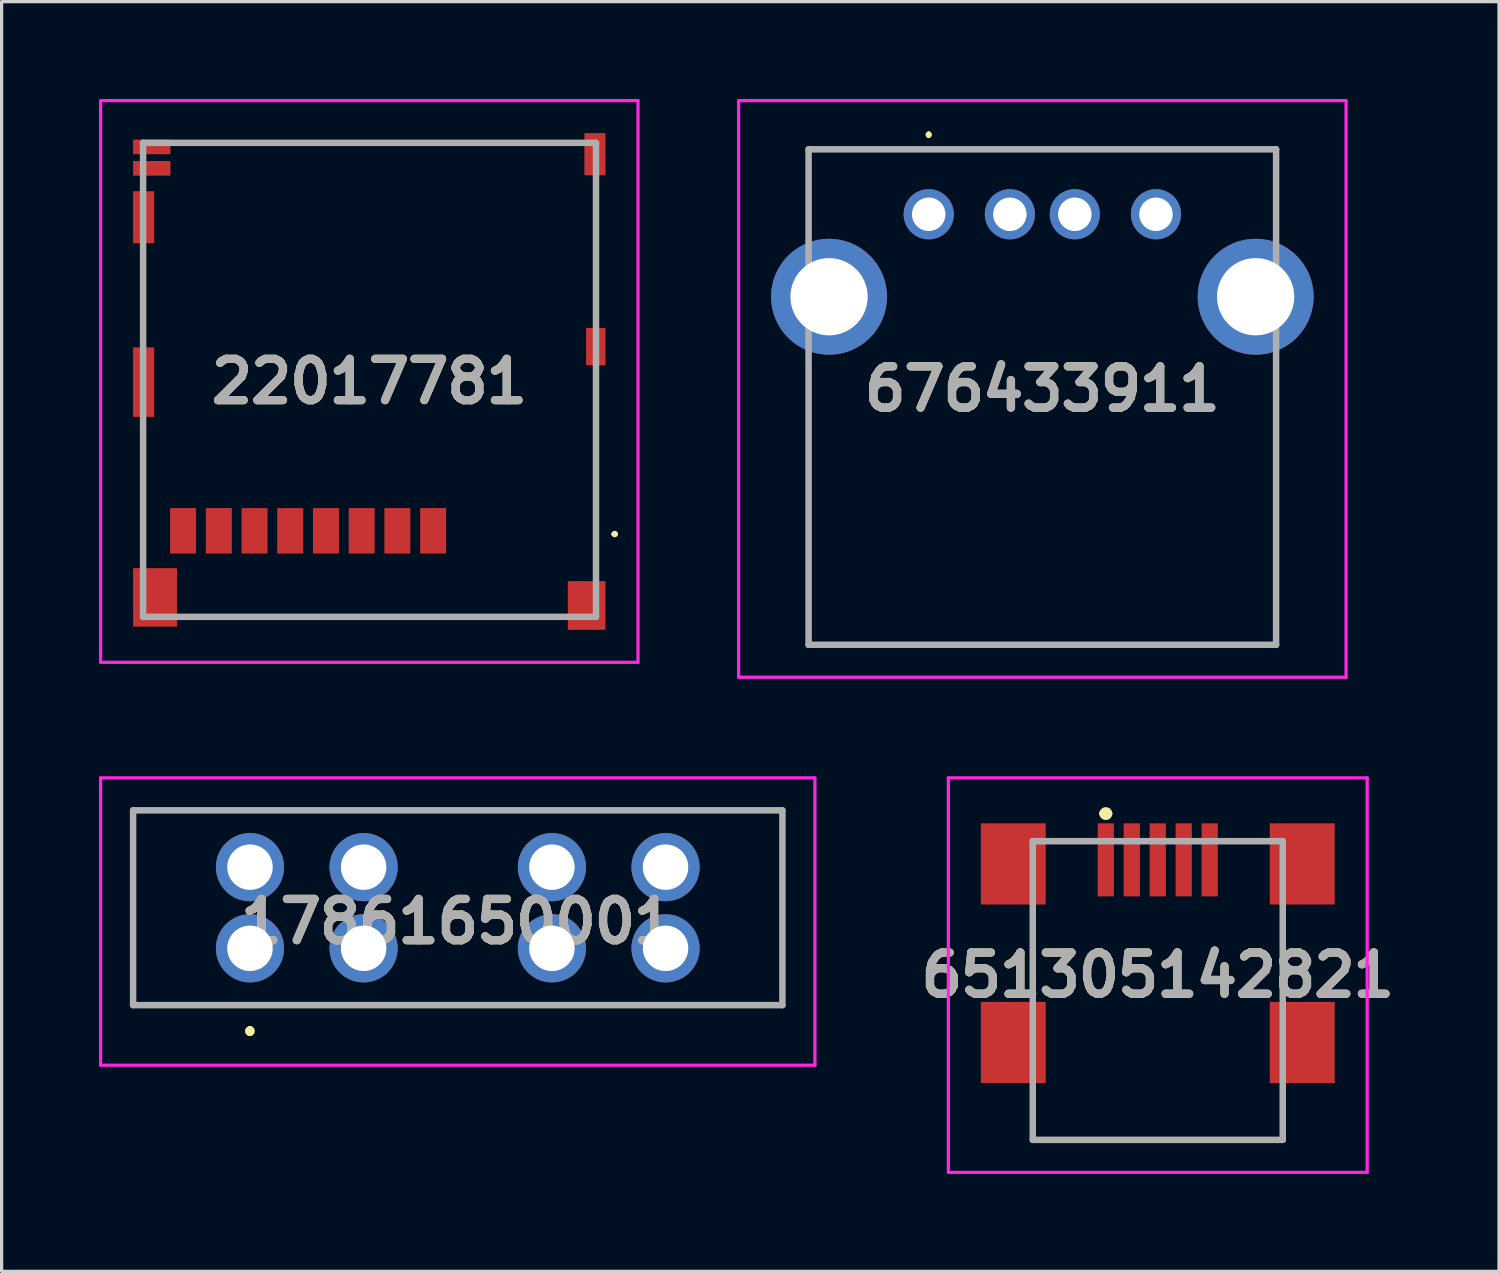
<source format=kicad_pcb>
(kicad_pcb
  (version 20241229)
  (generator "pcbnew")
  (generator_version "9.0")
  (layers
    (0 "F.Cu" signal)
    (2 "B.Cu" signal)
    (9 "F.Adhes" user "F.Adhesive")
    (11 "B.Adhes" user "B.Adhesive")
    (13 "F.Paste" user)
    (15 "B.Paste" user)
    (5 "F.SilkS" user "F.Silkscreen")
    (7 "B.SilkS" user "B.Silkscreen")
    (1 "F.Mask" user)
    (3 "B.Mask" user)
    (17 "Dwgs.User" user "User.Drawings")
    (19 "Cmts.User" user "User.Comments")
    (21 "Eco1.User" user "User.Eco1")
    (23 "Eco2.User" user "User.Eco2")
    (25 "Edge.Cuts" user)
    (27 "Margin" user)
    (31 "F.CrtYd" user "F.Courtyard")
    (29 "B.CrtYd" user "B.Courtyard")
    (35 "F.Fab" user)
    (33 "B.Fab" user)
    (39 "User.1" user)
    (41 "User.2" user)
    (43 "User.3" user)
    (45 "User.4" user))
  (footprint "22017781"
    (layer "F.Cu")
    (at 6.416 8.65)
    (property "Reference" "22017781" (at 1.91 0.05 0) (layer "F.SilkS") (effects (font (size 1.27 1.27) (thickness 0.254))))
    (attr smd)
    (fp_line (start -5.058 1.6) (end -5.058 5.4) (stroke (width 0.1) (type solid)) (layer "F.SilkS"))
    (fp_line (start -5.041 -3.8) (end -5.058 -1.3) (stroke (width 0.1) (type solid)) (layer "F.SilkS"))
    (fp_line (start -3.583 7.3) (end 7.517 7.3) (stroke (width 0.1) (type solid)) (layer "F.SilkS"))
    (fp_line (start 8.117 -7.3) (end -3.783 -7.3) (stroke (width 0.1) (type solid)) (layer "F.SilkS"))
    (fp_line (start 8.885 -5.9) (end 8.885 -2) (stroke (width 0.1) (type solid)) (layer "F.SilkS"))
    (fp_line (start 8.885 0) (end 8.892 5.75) (stroke (width 0.1) (type solid)) (layer "F.SilkS"))
    (fp_line (start 9.417 4.75) (end 9.417 4.75) (stroke (width 0.1) (type solid)) (layer "F.SilkS"))
    (fp_line (start 9.517 4.75) (end 9.517 4.75) (stroke (width 0.1) (type solid)) (layer "F.SilkS"))
    (fp_arc (start 9.417 4.75) (mid 9.467 4.7) (end 9.517 4.75) (stroke (width 0.1) (type solid)) (layer "F.SilkS"))
    (fp_arc (start 9.517 4.75) (mid 9.467 4.8) (end 9.417 4.75) (stroke (width 0.1) (type solid)) (layer "F.SilkS"))
    (fp_line (start -6.366 -8.6) (end 10.185 -8.6) (stroke (width 0.1) (type solid)) (layer "F.CrtYd"))
    (fp_line (start -6.366 8.7) (end -6.366 -8.6) (stroke (width 0.1) (type solid)) (layer "F.CrtYd"))
    (fp_line (start 10.185 -8.6) (end 10.185 8.7) (stroke (width 0.1) (type solid)) (layer "F.CrtYd"))
    (fp_line (start 10.185 8.7) (end -6.366 8.7) (stroke (width 0.1) (type solid)) (layer "F.CrtYd"))
    (fp_line (start -5.058 -7.3) (end 8.892 -7.3) (stroke (width 0.2) (type solid)) (layer "F.Fab"))
    (fp_line (start -5.058 7.3) (end -5.058 -7.3) (stroke (width 0.2) (type solid)) (layer "F.Fab"))
    (fp_line (start 8.892 -7.3) (end 8.892 7.3) (stroke (width 0.2) (type solid)) (layer "F.Fab"))
    (fp_line (start 8.892 7.3) (end -5.058 7.3) (stroke (width 0.2) (type solid)) (layer "F.Fab"))
    (fp_text user "${REFERENCE}" (at 1.91 0.05 0) (layer "F.Fab") (effects (font (size 1.27 1.27) (thickness 0.254))))
    (pad "1" smd rect (at 3.875 4.65) (size 0.8 1.4) (layers "F.Cu" "F.Mask" "F.Paste"))
    (pad "2" smd rect (at 2.774 4.65) (size 0.8 1.4) (layers "F.Cu" "F.Mask" "F.Paste"))
    (pad "3" smd rect (at 1.674 4.65) (size 0.8 1.4) (layers "F.Cu" "F.Mask" "F.Paste"))
    (pad "4" smd rect (at 0.574 4.65) (size 0.8 1.4) (layers "F.Cu" "F.Mask" "F.Paste"))
    (pad "5" smd rect (at -0.526 4.65) (size 0.8 1.4) (layers "F.Cu" "F.Mask" "F.Paste"))
    (pad "6" smd rect (at -1.626 4.65) (size 0.8 1.4) (layers "F.Cu" "F.Mask" "F.Paste"))
    (pad "7" smd rect (at -2.726 4.65) (size 0.8 1.4) (layers "F.Cu" "F.Mask" "F.Paste"))
    (pad "8" smd rect (at -3.826 4.65) (size 0.8 1.4) (layers "F.Cu" "F.Mask" "F.Paste"))
    (pad "9" smd rect (at -4.791 -7.175 90) (size 0.45 1.15) (layers "F.Cu" "F.Mask" "F.Paste"))
    (pad "10" smd rect (at -4.791 -6.515 90) (size 0.45 1.15) (layers "F.Cu" "F.Mask" "F.Paste"))
    (pad "11" smd rect (at -4.69 6.7) (size 1.35 1.8) (layers "F.Cu" "F.Mask" "F.Paste"))
    (pad "12" smd rect (at -5.041 0.07) (size 0.65 2.14) (layers "F.Cu" "F.Mask" "F.Paste"))
    (pad "13" smd rect (at -5.041 -5.01) (size 0.65 1.6) (layers "F.Cu" "F.Mask" "F.Paste"))
    (pad "14" smd rect (at 8.86 -6.95) (size 0.65 1.3) (layers "F.Cu" "F.Mask" "F.Paste"))
    (pad "15" smd rect (at 8.885 -1.025) (size 0.6 1.15) (layers "F.Cu" "F.Mask" "F.Paste"))
    (pad "16" smd rect (at 8.604 6.95) (size 1.16 1.5) (layers "F.Cu" "F.Mask" "F.Paste")))
  (footprint "17861650001"
    (layer "F.Cu")
    (at 4.65 26.16)
    (property "Reference" "17861650001" (at 6.4 -0.825 0) (layer "F.SilkS") (effects (font (size 1.27 1.27) (thickness 0.254))))
    (attr through_hole)
    (fp_line (start -3.6 -4.25) (end 16.4 -4.25) (stroke (width 0.1) (type solid)) (layer "F.SilkS"))
    (fp_line (start -3.6 1.75) (end -3.6 -4.25) (stroke (width 0.1) (type solid)) (layer "F.SilkS"))
    (fp_line (start 0 2.5) (end 0 2.5) (stroke (width 0.2) (type solid)) (layer "F.SilkS"))
    (fp_line (start 0 2.5) (end 0 2.5) (stroke (width 0.2) (type solid)) (layer "F.SilkS"))
    (fp_line (start 0 2.6) (end 0 2.6) (stroke (width 0.2) (type solid)) (layer "F.SilkS"))
    (fp_line (start 16.4 -4.25) (end 16.4 1.75) (stroke (width 0.1) (type solid)) (layer "F.SilkS"))
    (fp_line (start 16.4 1.75) (end -3.6 1.75) (stroke (width 0.1) (type solid)) (layer "F.SilkS"))
    (fp_arc (start 0 2.5) (mid 0.05 2.55) (end 0 2.6) (stroke (width 0.2) (type solid)) (layer "F.SilkS"))
    (fp_arc (start 0 2.6) (mid -0.05 2.55) (end 0 2.5) (stroke (width 0.2) (type solid)) (layer "F.SilkS"))
    (fp_arc (start 0 2.6) (mid -0.05 2.55) (end 0 2.5) (stroke (width 0.2) (type solid)) (layer "F.SilkS"))
    (fp_line (start -4.6 -5.25) (end 17.4 -5.25) (stroke (width 0.1) (type solid)) (layer "F.CrtYd"))
    (fp_line (start -4.6 3.6) (end -4.6 -5.25) (stroke (width 0.1) (type solid)) (layer "F.CrtYd"))
    (fp_line (start 17.4 -5.25) (end 17.4 3.6) (stroke (width 0.1) (type solid)) (layer "F.CrtYd"))
    (fp_line (start 17.4 3.6) (end -4.6 3.6) (stroke (width 0.1) (type solid)) (layer "F.CrtYd"))
    (fp_line (start -3.6 -4.25) (end 16.4 -4.25) (stroke (width 0.2) (type solid)) (layer "F.Fab"))
    (fp_line (start -3.6 1.75) (end -3.6 -4.25) (stroke (width 0.2) (type solid)) (layer "F.Fab"))
    (fp_line (start 16.4 -4.25) (end 16.4 1.75) (stroke (width 0.2) (type solid)) (layer "F.Fab"))
    (fp_line (start 16.4 1.75) (end -3.6 1.75) (stroke (width 0.2) (type solid)) (layer "F.Fab"))
    (fp_text user "${REFERENCE}" (at 6.4 -0.825 0) (layer "F.Fab") (effects (font (size 1.27 1.27) (thickness 0.254))))
    (pad "" np_thru_hole circle (at 6.4 -1.25) (size 0.001 0.001) (drill 2.4) (layers "*.Cu" "*.Mask"))
    (pad "1" thru_hole circle (at 0 0) (size 2.1 2.1) (drill 1.4) (layers "*.Cu" "*.Mask"))
    (pad "2" thru_hole circle (at 3.5 0) (size 2.1 2.1) (drill 1.4) (layers "*.Cu" "*.Mask"))
    (pad "3" thru_hole circle (at 9.3 0) (size 2.1 2.1) (drill 1.4) (layers "*.Cu" "*.Mask"))
    (pad "4" thru_hole circle (at 12.8 0) (size 2.1 2.1) (drill 1.4) (layers "*.Cu" "*.Mask"))
    (pad "5" thru_hole circle (at 12.8 -2.5) (size 2.1 2.1) (drill 1.4) (layers "*.Cu" "*.Mask"))
    (pad "6" thru_hole circle (at 9.3 -2.5) (size 2.1 2.1) (drill 1.4) (layers "*.Cu" "*.Mask"))
    (pad "7" thru_hole circle (at 3.5 -2.5) (size 2.1 2.1) (drill 1.4) (layers "*.Cu" "*.Mask"))
    (pad "8" thru_hole circle (at 0 -2.5) (size 2.1 2.1) (drill 1.4) (layers "*.Cu" "*.Mask")))
  (footprint "676433911"
    (layer "F.Cu")
    (at 25.556 3.55)
    (property "Reference" "676433911" (at 3.5 5.38 0) (layer "F.SilkS") (effects (font (size 1.27 1.27) (thickness 0.254))))
    (attr through_hole)
    (fp_line (start -3.7 -2) (end 10.7 -2) (stroke (width 0.1) (type solid)) (layer "F.SilkS"))
    (fp_line (start -3.7 0) (end -3.7 -2) (stroke (width 0.1) (type solid)) (layer "F.SilkS"))
    (fp_line (start -3.7 5) (end -3.7 13.26) (stroke (width 0.1) (type solid)) (layer "F.SilkS"))
    (fp_line (start -3.7 13.26) (end 10.7 13.26) (stroke (width 0.1) (type solid)) (layer "F.SilkS"))
    (fp_line (start 0 -2.5) (end 0 -2.5) (stroke (width 0.1) (type solid)) (layer "F.SilkS"))
    (fp_line (start 0 -2.4) (end 0 -2.4) (stroke (width 0.1) (type solid)) (layer "F.SilkS"))
    (fp_line (start 10.7 -2) (end 10.7 -2) (stroke (width 0.1) (type solid)) (layer "F.SilkS"))
    (fp_line (start 10.7 -2) (end 10.7 0.5) (stroke (width 0.1) (type solid)) (layer "F.SilkS"))
    (fp_line (start 10.7 13.26) (end 10.7 5) (stroke (width 0.1) (type solid)) (layer "F.SilkS"))
    (fp_arc (start 0 -2.5) (mid 0.05 -2.45) (end 0 -2.4) (stroke (width 0.1) (type solid)) (layer "F.SilkS"))
    (fp_arc (start 0 -2.4) (mid -0.05 -2.45) (end 0 -2.5) (stroke (width 0.1) (type solid)) (layer "F.SilkS"))
    (fp_line (start -5.855 -3.5) (end 12.855 -3.5) (stroke (width 0.1) (type solid)) (layer "F.CrtYd"))
    (fp_line (start -5.855 14.26) (end -5.855 -3.5) (stroke (width 0.1) (type solid)) (layer "F.CrtYd"))
    (fp_line (start 12.855 -3.5) (end 12.855 14.26) (stroke (width 0.1) (type solid)) (layer "F.CrtYd"))
    (fp_line (start 12.855 14.26) (end -5.855 14.26) (stroke (width 0.1) (type solid)) (layer "F.CrtYd"))
    (fp_line (start -3.7 -2) (end 10.7 -2) (stroke (width 0.2) (type solid)) (layer "F.Fab"))
    (fp_line (start -3.7 13.26) (end -3.7 -2) (stroke (width 0.2) (type solid)) (layer "F.Fab"))
    (fp_line (start 10.7 -2) (end 10.7 13.26) (stroke (width 0.2) (type solid)) (layer "F.Fab"))
    (fp_line (start 10.7 13.26) (end -3.7 13.26) (stroke (width 0.2) (type solid)) (layer "F.Fab"))
    (fp_text user "${REFERENCE}" (at 3.5 5.38 0) (layer "F.Fab") (effects (font (size 1.27 1.27) (thickness 0.254))))
    (pad "1" thru_hole circle (at 0 0) (size 1.545 1.545) (drill 1.03) (layers "*.Cu" "*.Mask"))
    (pad "2" thru_hole circle (at 2.5 0) (size 1.545 1.545) (drill 1.03) (layers "*.Cu" "*.Mask"))
    (pad "3" thru_hole circle (at 4.5 0) (size 1.545 1.545) (drill 1.03) (layers "*.Cu" "*.Mask"))
    (pad "4" thru_hole circle (at 7 0) (size 1.545 1.545) (drill 1.03) (layers "*.Cu" "*.Mask"))
    (pad "MH1" thru_hole circle (at -3.07 2.54) (size 3.57 3.57) (drill 2.38) (layers "*.Cu" "*.Mask"))
    (pad "MH2" thru_hole circle (at 10.07 2.54) (size 3.57 3.57) (drill 2.38) (layers "*.Cu" "*.Mask")))
  (footprint "651305142821"
    (layer "F.Cu")
    (at 32.611 26.31)
    (property "Reference" "651305142821" (at 0 0.675 0) (layer "F.SilkS") (effects (font (size 1.27 1.27) (thickness 0.254))))
    (attr smd)
    (fp_line (start -3.85 -1) (end -3.85 1) (stroke (width 0.1) (type solid)) (layer "F.SilkS"))
    (fp_line (start -3.85 4.55) (end -3.85 5.75) (stroke (width 0.1) (type solid)) (layer "F.SilkS"))
    (fp_line (start -3.85 5.75) (end 3.85 5.75) (stroke (width 0.1) (type solid)) (layer "F.SilkS"))
    (fp_line (start -1.7 -4.3) (end -1.7 -4.3) (stroke (width 0.2) (type solid)) (layer "F.SilkS"))
    (fp_line (start -1.5 -4.3) (end -1.5 -4.3) (stroke (width 0.2) (type solid)) (layer "F.SilkS"))
    (fp_line (start 3.85 -1) (end 3.85 1) (stroke (width 0.1) (type solid)) (layer "F.SilkS"))
    (fp_line (start 3.85 5.75) (end 3.85 4.55) (stroke (width 0.1) (type solid)) (layer "F.SilkS"))
    (fp_arc (start -1.7 -4.3) (mid -1.6 -4.4) (end -1.5 -4.3) (stroke (width 0.2) (type solid)) (layer "F.SilkS"))
    (fp_arc (start -1.5 -4.3) (mid -1.6 -4.2) (end -1.7 -4.3) (stroke (width 0.2) (type solid)) (layer "F.SilkS"))
    (fp_line (start -6.45 -5.4) (end 6.45 -5.4) (stroke (width 0.1) (type solid)) (layer "F.CrtYd"))
    (fp_line (start -6.45 6.75) (end -6.45 -5.4) (stroke (width 0.1) (type solid)) (layer "F.CrtYd"))
    (fp_line (start 6.45 -5.4) (end 6.45 6.75) (stroke (width 0.1) (type solid)) (layer "F.CrtYd"))
    (fp_line (start 6.45 6.75) (end -6.45 6.75) (stroke (width 0.1) (type solid)) (layer "F.CrtYd"))
    (fp_line (start -3.85 -3.45) (end 3.85 -3.45) (stroke (width 0.2) (type solid)) (layer "F.Fab"))
    (fp_line (start -3.85 5.75) (end -3.85 -3.45) (stroke (width 0.2) (type solid)) (layer "F.Fab"))
    (fp_line (start 3.85 -3.45) (end 3.85 5.75) (stroke (width 0.2) (type solid)) (layer "F.Fab"))
    (fp_line (start 3.85 5.75) (end -3.85 5.75) (stroke (width 0.2) (type solid)) (layer "F.Fab"))
    (fp_text user "${REFERENCE}" (at 0 0.675 0) (layer "F.Fab") (effects (font (size 1.27 1.27) (thickness 0.254))))
    (pad "1" smd rect (at -1.6 -2.875) (size 0.5 2.25) (layers "F.Cu" "F.Mask" "F.Paste"))
    (pad "2" smd rect (at -0.8 -2.875) (size 0.5 2.25) (layers "F.Cu" "F.Mask" "F.Paste"))
    (pad "3" smd rect (at 0 -2.875) (size 0.5 2.25) (layers "F.Cu" "F.Mask" "F.Paste"))
    (pad "4" smd rect (at 0.8 -2.875) (size 0.5 2.25) (layers "F.Cu" "F.Mask" "F.Paste"))
    (pad "5" smd rect (at 1.6 -2.875) (size 0.5 2.25) (layers "F.Cu" "F.Mask" "F.Paste"))
    (pad "6" smd rect (at -4.45 -2.75) (size 2 2.5) (layers "F.Cu" "F.Mask" "F.Paste"))
    (pad "7" smd rect (at -4.45 2.75) (size 2 2.5) (layers "F.Cu" "F.Mask" "F.Paste"))
    (pad "8" smd rect (at 4.45 2.75) (size 2 2.5) (layers "F.Cu" "F.Mask" "F.Paste"))
    (pad "9" smd rect (at 4.45 -2.75) (size 2 2.5) (layers "F.Cu" "F.Mask" "F.Paste")))
  (gr_rect
    (start -3 -3)
    (end 43.122 36.11)
    (stroke (width 0.1) (type default))
    (fill no)
    (layer "Edge.Cuts")))
</source>
